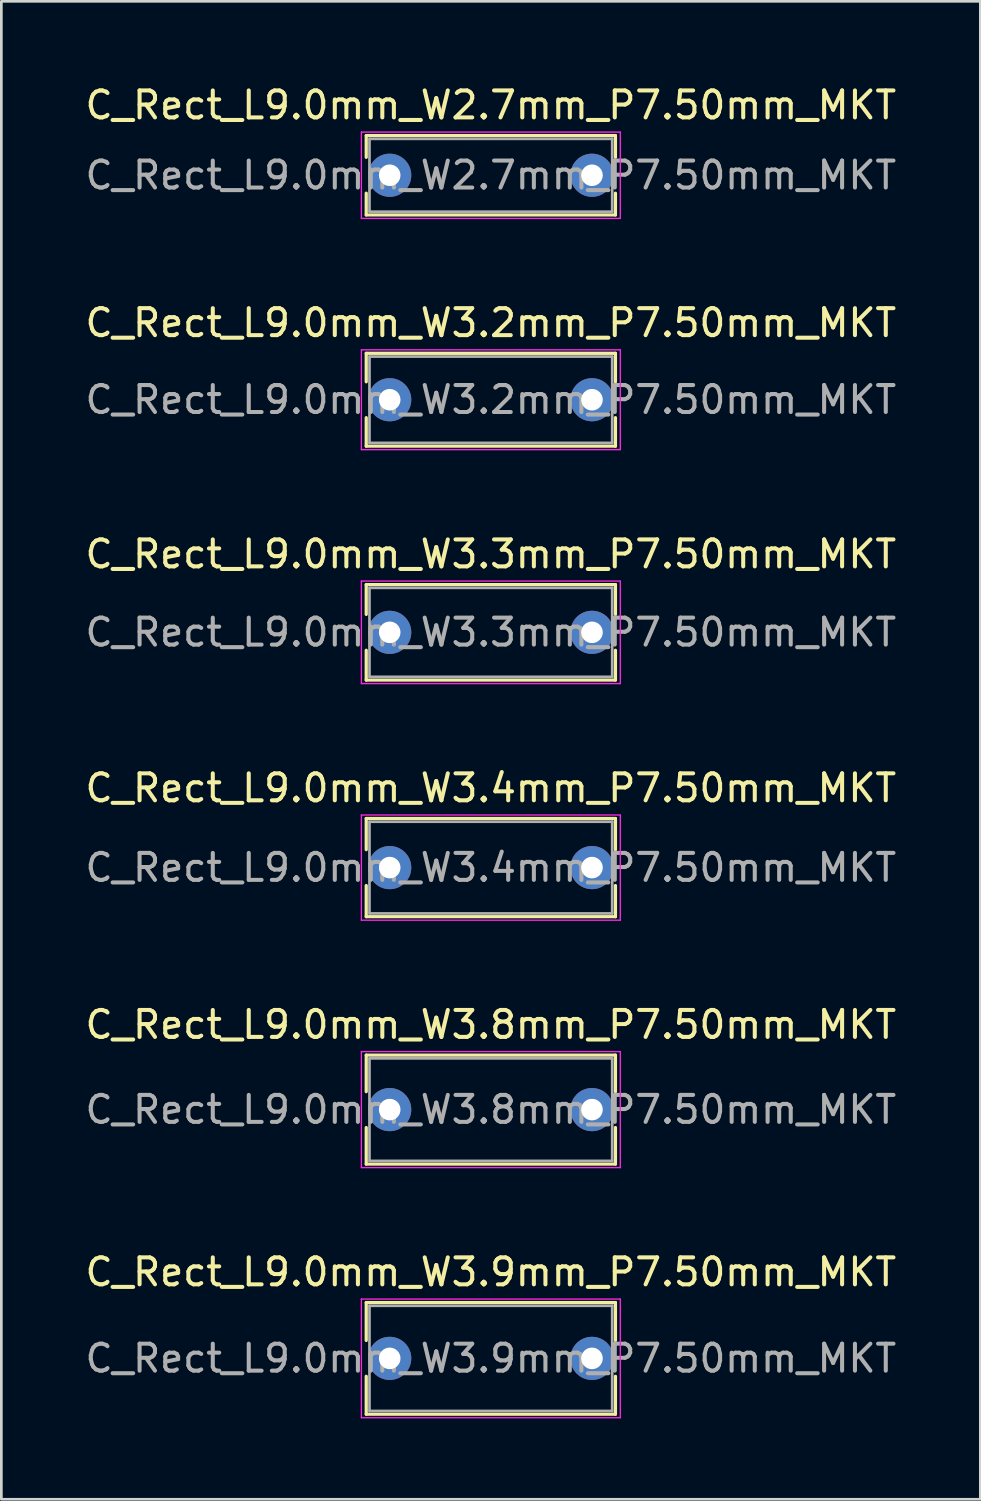
<source format=kicad_pcb>
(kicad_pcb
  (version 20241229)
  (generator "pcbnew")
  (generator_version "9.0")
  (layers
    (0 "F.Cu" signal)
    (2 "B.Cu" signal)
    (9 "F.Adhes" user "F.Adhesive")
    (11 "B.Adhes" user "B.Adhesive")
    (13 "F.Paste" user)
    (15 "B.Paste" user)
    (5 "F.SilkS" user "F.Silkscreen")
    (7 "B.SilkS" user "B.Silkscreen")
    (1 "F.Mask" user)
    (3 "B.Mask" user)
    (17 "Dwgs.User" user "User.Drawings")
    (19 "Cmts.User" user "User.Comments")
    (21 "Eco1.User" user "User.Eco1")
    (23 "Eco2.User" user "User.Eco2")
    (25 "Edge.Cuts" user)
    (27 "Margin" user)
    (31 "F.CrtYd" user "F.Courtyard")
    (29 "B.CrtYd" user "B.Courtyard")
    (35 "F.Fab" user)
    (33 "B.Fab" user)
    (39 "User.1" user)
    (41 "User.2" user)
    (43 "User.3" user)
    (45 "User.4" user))
  (footprint "C_Rect_L9.0mm_W3.9mm_P7.50mm_MKT"
    (layer "F.Cu")
    (at 11.399 47.315)
    (property "Reference" "C_Rect_L9.0mm_W3.9mm_P7.50mm_MKT" (at 3.75 -3.2 0) (layer "F.SilkS") (effects (font (size 1 1) (thickness 0.15))))
    (attr through_hole)
    (fp_line (start -0.87 -2.07) (end -0.87 -0.665) (stroke (width 0.12) (type solid)) (layer "F.SilkS"))
    (fp_line (start -0.87 -2.07) (end 8.37 -2.07) (stroke (width 0.12) (type solid)) (layer "F.SilkS"))
    (fp_line (start -0.87 0.665) (end -0.87 2.07) (stroke (width 0.12) (type solid)) (layer "F.SilkS"))
    (fp_line (start -0.87 2.07) (end 8.37 2.07) (stroke (width 0.12) (type solid)) (layer "F.SilkS"))
    (fp_line (start 8.37 -2.07) (end 8.37 -0.665) (stroke (width 0.12) (type solid)) (layer "F.SilkS"))
    (fp_line (start 8.37 0.665) (end 8.37 2.07) (stroke (width 0.12) (type solid)) (layer "F.SilkS"))
    (fp_line (start -1.05 -2.2) (end -1.05 2.2) (stroke (width 0.05) (type solid)) (layer "F.CrtYd"))
    (fp_line (start -1.05 2.2) (end 8.55 2.2) (stroke (width 0.05) (type solid)) (layer "F.CrtYd"))
    (fp_line (start 8.55 -2.2) (end -1.05 -2.2) (stroke (width 0.05) (type solid)) (layer "F.CrtYd"))
    (fp_line (start 8.55 2.2) (end 8.55 -2.2) (stroke (width 0.05) (type solid)) (layer "F.CrtYd"))
    (fp_line (start -0.75 -1.95) (end -0.75 1.95) (stroke (width 0.1) (type solid)) (layer "F.Fab"))
    (fp_line (start -0.75 1.95) (end 8.25 1.95) (stroke (width 0.1) (type solid)) (layer "F.Fab"))
    (fp_line (start 8.25 -1.95) (end -0.75 -1.95) (stroke (width 0.1) (type solid)) (layer "F.Fab"))
    (fp_line (start 8.25 1.95) (end 8.25 -1.95) (stroke (width 0.1) (type solid)) (layer "F.Fab"))
    (fp_text user "${REFERENCE}" (at 3.75 0 0) (layer "F.Fab") (effects (font (size 1 1) (thickness 0.15))))
    (pad "1" thru_hole circle (at 0 0) (size 1.6 1.6) (drill 0.8) (layers "*.Cu" "*.Mask"))
    (pad "2" thru_hole circle (at 7.5 0) (size 1.6 1.6) (drill 0.8) (layers "*.Cu" "*.Mask")))
  (footprint "C_Rect_L9.0mm_W2.7mm_P7.50mm_MKT"
    (layer "F.Cu")
    (at 11.399 3.448)
    (property "Reference" "C_Rect_L9.0mm_W2.7mm_P7.50mm_MKT" (at 3.75 -2.6 0) (layer "F.SilkS") (effects (font (size 1 1) (thickness 0.15))))
    (attr through_hole)
    (fp_line (start -0.87 -1.471) (end -0.87 -0.665) (stroke (width 0.12) (type solid)) (layer "F.SilkS"))
    (fp_line (start -0.87 -1.471) (end 8.37 -1.471) (stroke (width 0.12) (type solid)) (layer "F.SilkS"))
    (fp_line (start -0.87 0.665) (end -0.87 1.471) (stroke (width 0.12) (type solid)) (layer "F.SilkS"))
    (fp_line (start -0.87 1.471) (end 8.37 1.471) (stroke (width 0.12) (type solid)) (layer "F.SilkS"))
    (fp_line (start 8.37 -1.471) (end 8.37 -0.665) (stroke (width 0.12) (type solid)) (layer "F.SilkS"))
    (fp_line (start 8.37 0.665) (end 8.37 1.471) (stroke (width 0.12) (type solid)) (layer "F.SilkS"))
    (fp_line (start -1.05 -1.6) (end -1.05 1.6) (stroke (width 0.05) (type solid)) (layer "F.CrtYd"))
    (fp_line (start -1.05 1.6) (end 8.55 1.6) (stroke (width 0.05) (type solid)) (layer "F.CrtYd"))
    (fp_line (start 8.55 -1.6) (end -1.05 -1.6) (stroke (width 0.05) (type solid)) (layer "F.CrtYd"))
    (fp_line (start 8.55 1.6) (end 8.55 -1.6) (stroke (width 0.05) (type solid)) (layer "F.CrtYd"))
    (fp_line (start -0.75 -1.35) (end -0.75 1.35) (stroke (width 0.1) (type solid)) (layer "F.Fab"))
    (fp_line (start -0.75 1.35) (end 8.25 1.35) (stroke (width 0.1) (type solid)) (layer "F.Fab"))
    (fp_line (start 8.25 -1.35) (end -0.75 -1.35) (stroke (width 0.1) (type solid)) (layer "F.Fab"))
    (fp_line (start 8.25 1.35) (end 8.25 -1.35) (stroke (width 0.1) (type solid)) (layer "F.Fab"))
    (fp_text user "${REFERENCE}" (at 3.75 0 0) (layer "F.Fab") (effects (font (size 1 1) (thickness 0.15))))
    (pad "1" thru_hole circle (at 0 0) (size 1.6 1.6) (drill 0.8) (layers "*.Cu" "*.Mask"))
    (pad "2" thru_hole circle (at 7.5 0) (size 1.6 1.6) (drill 0.8) (layers "*.Cu" "*.Mask")))
  (footprint "C_Rect_L9.0mm_W3.8mm_P7.50mm_MKT"
    (layer "F.Cu")
    (at 11.399 38.091)
    (property "Reference" "C_Rect_L9.0mm_W3.8mm_P7.50mm_MKT" (at 3.75 -3.15 0) (layer "F.SilkS") (effects (font (size 1 1) (thickness 0.15))))
    (attr through_hole)
    (fp_line (start -0.87 -2.02) (end -0.87 -0.665) (stroke (width 0.12) (type solid)) (layer "F.SilkS"))
    (fp_line (start -0.87 -2.02) (end 8.37 -2.02) (stroke (width 0.12) (type solid)) (layer "F.SilkS"))
    (fp_line (start -0.87 0.665) (end -0.87 2.02) (stroke (width 0.12) (type solid)) (layer "F.SilkS"))
    (fp_line (start -0.87 2.02) (end 8.37 2.02) (stroke (width 0.12) (type solid)) (layer "F.SilkS"))
    (fp_line (start 8.37 -2.02) (end 8.37 -0.665) (stroke (width 0.12) (type solid)) (layer "F.SilkS"))
    (fp_line (start 8.37 0.665) (end 8.37 2.02) (stroke (width 0.12) (type solid)) (layer "F.SilkS"))
    (fp_line (start -1.05 -2.15) (end -1.05 2.15) (stroke (width 0.05) (type solid)) (layer "F.CrtYd"))
    (fp_line (start -1.05 2.15) (end 8.55 2.15) (stroke (width 0.05) (type solid)) (layer "F.CrtYd"))
    (fp_line (start 8.55 -2.15) (end -1.05 -2.15) (stroke (width 0.05) (type solid)) (layer "F.CrtYd"))
    (fp_line (start 8.55 2.15) (end 8.55 -2.15) (stroke (width 0.05) (type solid)) (layer "F.CrtYd"))
    (fp_line (start -0.75 -1.9) (end -0.75 1.9) (stroke (width 0.1) (type solid)) (layer "F.Fab"))
    (fp_line (start -0.75 1.9) (end 8.25 1.9) (stroke (width 0.1) (type solid)) (layer "F.Fab"))
    (fp_line (start 8.25 -1.9) (end -0.75 -1.9) (stroke (width 0.1) (type solid)) (layer "F.Fab"))
    (fp_line (start 8.25 1.9) (end 8.25 -1.9) (stroke (width 0.1) (type solid)) (layer "F.Fab"))
    (fp_text user "${REFERENCE}" (at 3.75 0 0) (layer "F.Fab") (effects (font (size 1 1) (thickness 0.15))))
    (pad "1" thru_hole circle (at 0 0) (size 1.6 1.6) (drill 0.8) (layers "*.Cu" "*.Mask"))
    (pad "2" thru_hole circle (at 7.5 0) (size 1.6 1.6) (drill 0.8) (layers "*.Cu" "*.Mask")))
  (footprint "C_Rect_L9.0mm_W3.4mm_P7.50mm_MKT"
    (layer "F.Cu")
    (at 11.399 29.118)
    (property "Reference" "C_Rect_L9.0mm_W3.4mm_P7.50mm_MKT" (at 3.75 -2.95 0) (layer "F.SilkS") (effects (font (size 1 1) (thickness 0.15))))
    (attr through_hole)
    (fp_line (start -0.87 -1.82) (end -0.87 -0.665) (stroke (width 0.12) (type solid)) (layer "F.SilkS"))
    (fp_line (start -0.87 -1.82) (end 8.37 -1.82) (stroke (width 0.12) (type solid)) (layer "F.SilkS"))
    (fp_line (start -0.87 0.665) (end -0.87 1.82) (stroke (width 0.12) (type solid)) (layer "F.SilkS"))
    (fp_line (start -0.87 1.82) (end 8.37 1.82) (stroke (width 0.12) (type solid)) (layer "F.SilkS"))
    (fp_line (start 8.37 -1.82) (end 8.37 -0.665) (stroke (width 0.12) (type solid)) (layer "F.SilkS"))
    (fp_line (start 8.37 0.665) (end 8.37 1.82) (stroke (width 0.12) (type solid)) (layer "F.SilkS"))
    (fp_line (start -1.05 -1.95) (end -1.05 1.95) (stroke (width 0.05) (type solid)) (layer "F.CrtYd"))
    (fp_line (start -1.05 1.95) (end 8.55 1.95) (stroke (width 0.05) (type solid)) (layer "F.CrtYd"))
    (fp_line (start 8.55 -1.95) (end -1.05 -1.95) (stroke (width 0.05) (type solid)) (layer "F.CrtYd"))
    (fp_line (start 8.55 1.95) (end 8.55 -1.95) (stroke (width 0.05) (type solid)) (layer "F.CrtYd"))
    (fp_line (start -0.75 -1.7) (end -0.75 1.7) (stroke (width 0.1) (type solid)) (layer "F.Fab"))
    (fp_line (start -0.75 1.7) (end 8.25 1.7) (stroke (width 0.1) (type solid)) (layer "F.Fab"))
    (fp_line (start 8.25 -1.7) (end -0.75 -1.7) (stroke (width 0.1) (type solid)) (layer "F.Fab"))
    (fp_line (start 8.25 1.7) (end 8.25 -1.7) (stroke (width 0.1) (type solid)) (layer "F.Fab"))
    (fp_text user "${REFERENCE}" (at 3.75 0 0) (layer "F.Fab") (effects (font (size 1 1) (thickness 0.15))))
    (pad "1" thru_hole circle (at 0 0) (size 1.6 1.6) (drill 0.8) (layers "*.Cu" "*.Mask"))
    (pad "2" thru_hole circle (at 7.5 0) (size 1.6 1.6) (drill 0.8) (layers "*.Cu" "*.Mask")))
  (footprint "C_Rect_L9.0mm_W3.3mm_P7.50mm_MKT"
    (layer "F.Cu")
    (at 11.399 20.395)
    (property "Reference" "C_Rect_L9.0mm_W3.3mm_P7.50mm_MKT" (at 3.75 -2.9 0) (layer "F.SilkS") (effects (font (size 1 1) (thickness 0.15))))
    (attr through_hole)
    (fp_line (start -0.87 -1.77) (end -0.87 -0.665) (stroke (width 0.12) (type solid)) (layer "F.SilkS"))
    (fp_line (start -0.87 -1.77) (end 8.37 -1.77) (stroke (width 0.12) (type solid)) (layer "F.SilkS"))
    (fp_line (start -0.87 0.665) (end -0.87 1.77) (stroke (width 0.12) (type solid)) (layer "F.SilkS"))
    (fp_line (start -0.87 1.77) (end 8.37 1.77) (stroke (width 0.12) (type solid)) (layer "F.SilkS"))
    (fp_line (start 8.37 -1.77) (end 8.37 -0.665) (stroke (width 0.12) (type solid)) (layer "F.SilkS"))
    (fp_line (start 8.37 0.665) (end 8.37 1.77) (stroke (width 0.12) (type solid)) (layer "F.SilkS"))
    (fp_line (start -1.05 -1.9) (end -1.05 1.9) (stroke (width 0.05) (type solid)) (layer "F.CrtYd"))
    (fp_line (start -1.05 1.9) (end 8.55 1.9) (stroke (width 0.05) (type solid)) (layer "F.CrtYd"))
    (fp_line (start 8.55 -1.9) (end -1.05 -1.9) (stroke (width 0.05) (type solid)) (layer "F.CrtYd"))
    (fp_line (start 8.55 1.9) (end 8.55 -1.9) (stroke (width 0.05) (type solid)) (layer "F.CrtYd"))
    (fp_line (start -0.75 -1.65) (end -0.75 1.65) (stroke (width 0.1) (type solid)) (layer "F.Fab"))
    (fp_line (start -0.75 1.65) (end 8.25 1.65) (stroke (width 0.1) (type solid)) (layer "F.Fab"))
    (fp_line (start 8.25 -1.65) (end -0.75 -1.65) (stroke (width 0.1) (type solid)) (layer "F.Fab"))
    (fp_line (start 8.25 1.65) (end 8.25 -1.65) (stroke (width 0.1) (type solid)) (layer "F.Fab"))
    (fp_text user "${REFERENCE}" (at 3.75 0 0) (layer "F.Fab") (effects (font (size 1 1) (thickness 0.15))))
    (pad "1" thru_hole circle (at 0 0) (size 1.6 1.6) (drill 0.8) (layers "*.Cu" "*.Mask"))
    (pad "2" thru_hole circle (at 7.5 0) (size 1.6 1.6) (drill 0.8) (layers "*.Cu" "*.Mask")))
  (footprint "C_Rect_L9.0mm_W3.2mm_P7.50mm_MKT"
    (layer "F.Cu")
    (at 11.399 11.771)
    (property "Reference" "C_Rect_L9.0mm_W3.2mm_P7.50mm_MKT" (at 3.75 -2.85 0) (layer "F.SilkS") (effects (font (size 1 1) (thickness 0.15))))
    (attr through_hole)
    (fp_line (start -0.87 -1.721) (end -0.87 -0.665) (stroke (width 0.12) (type solid)) (layer "F.SilkS"))
    (fp_line (start -0.87 -1.721) (end 8.37 -1.721) (stroke (width 0.12) (type solid)) (layer "F.SilkS"))
    (fp_line (start -0.87 0.665) (end -0.87 1.721) (stroke (width 0.12) (type solid)) (layer "F.SilkS"))
    (fp_line (start -0.87 1.721) (end 8.37 1.721) (stroke (width 0.12) (type solid)) (layer "F.SilkS"))
    (fp_line (start 8.37 -1.721) (end 8.37 -0.665) (stroke (width 0.12) (type solid)) (layer "F.SilkS"))
    (fp_line (start 8.37 0.665) (end 8.37 1.721) (stroke (width 0.12) (type solid)) (layer "F.SilkS"))
    (fp_line (start -1.05 -1.85) (end -1.05 1.85) (stroke (width 0.05) (type solid)) (layer "F.CrtYd"))
    (fp_line (start -1.05 1.85) (end 8.55 1.85) (stroke (width 0.05) (type solid)) (layer "F.CrtYd"))
    (fp_line (start 8.55 -1.85) (end -1.05 -1.85) (stroke (width 0.05) (type solid)) (layer "F.CrtYd"))
    (fp_line (start 8.55 1.85) (end 8.55 -1.85) (stroke (width 0.05) (type solid)) (layer "F.CrtYd"))
    (fp_line (start -0.75 -1.6) (end -0.75 1.6) (stroke (width 0.1) (type solid)) (layer "F.Fab"))
    (fp_line (start -0.75 1.6) (end 8.25 1.6) (stroke (width 0.1) (type solid)) (layer "F.Fab"))
    (fp_line (start 8.25 -1.6) (end -0.75 -1.6) (stroke (width 0.1) (type solid)) (layer "F.Fab"))
    (fp_line (start 8.25 1.6) (end 8.25 -1.6) (stroke (width 0.1) (type solid)) (layer "F.Fab"))
    (fp_text user "${REFERENCE}" (at 3.75 0 0) (layer "F.Fab") (effects (font (size 1 1) (thickness 0.15))))
    (pad "1" thru_hole circle (at 0 0) (size 1.6 1.6) (drill 0.8) (layers "*.Cu" "*.Mask"))
    (pad "2" thru_hole circle (at 7.5 0) (size 1.6 1.6) (drill 0.8) (layers "*.Cu" "*.Mask")))
  (gr_rect
    (start -3 -3)
    (end 33.298 52.539)
    (stroke (width 0.1) (type default))
    (fill no)
    (layer "Edge.Cuts")))
</source>
